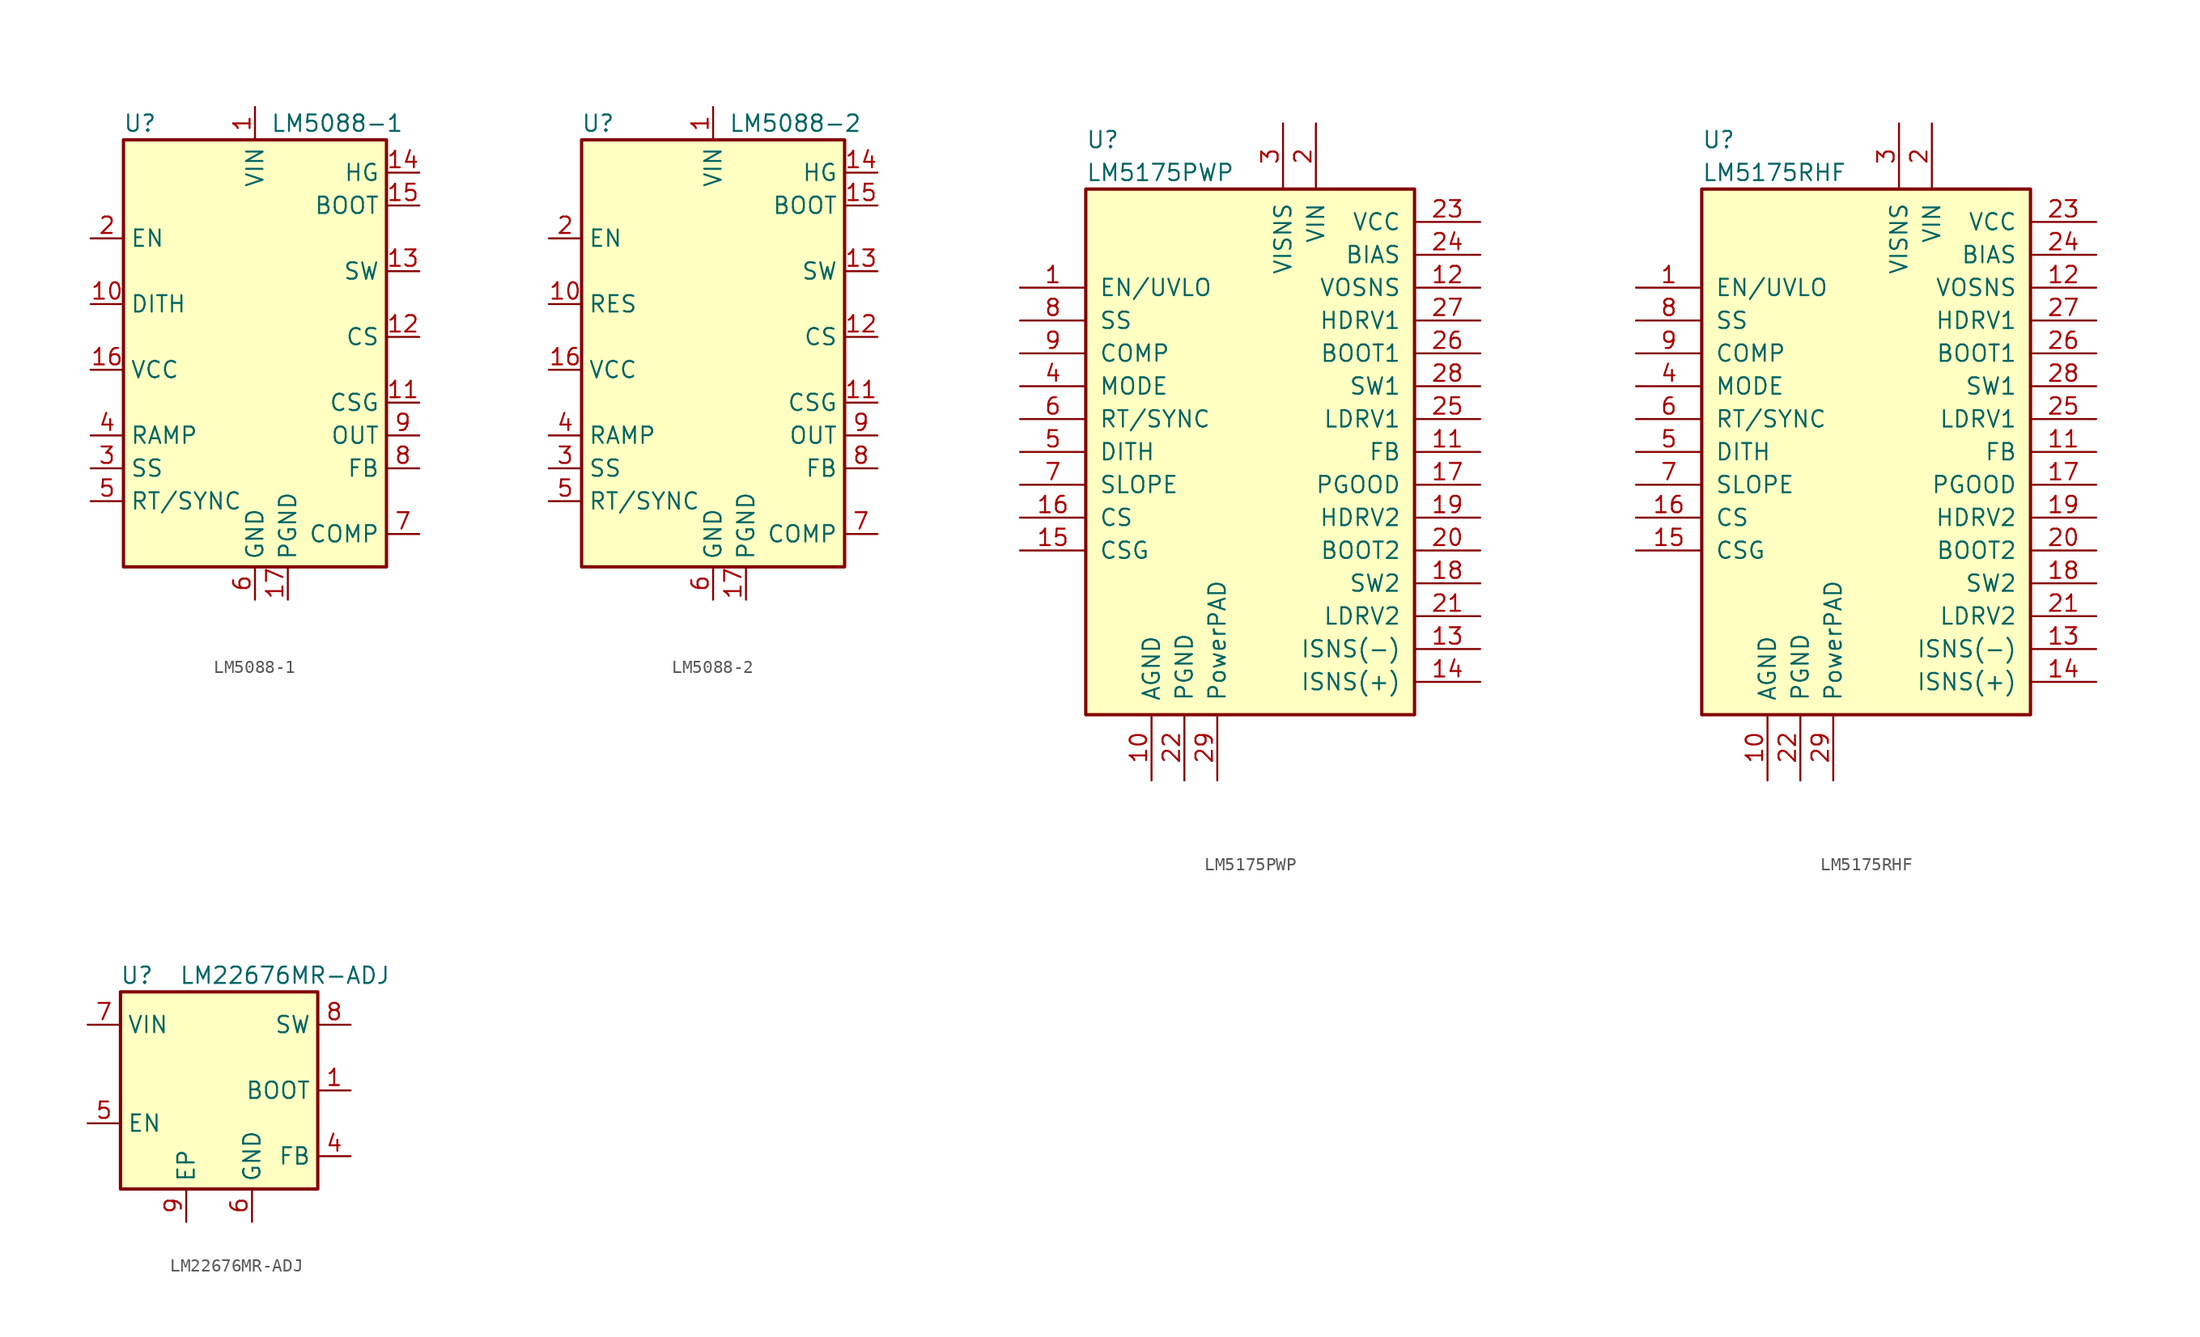
<source format=kicad_sym>
(kicad_symbol_lib
  (version 20201005)
  (generator kicad_symbol_editor)
  (symbol "LM5088-1"
    (property "Reference" "U"
      (at -8.89 16.51 0)
      (effects (font (size 1.27 1.27))))
    (property "Value" "LM5088-1"
      (at 6.35 16.51 0)
      (effects (font (size 1.27 1.27))))
    (symbol "LM5088-1_0_1"
      (rectangle (start -10.16 15.24) (end 10.16 -17.78) (stroke (width 0.254)) (fill (type background))))
    (symbol "LM5088-1_1_1"
      (pin power_in line (at 0 17.78 270) (length 2.54) (name "VIN" (effects (font (size 1.27 1.27)))) (number "1" (effects (font (size 1.27 1.27)))))
      (pin passive line (at -12.7 2.54 0) (length 2.54) (name "DITH" (effects (font (size 1.27 1.27)))) (number "10" (effects (font (size 1.27 1.27)))))
      (pin passive line (at 12.7 -5.08 180) (length 2.54) (name "CSG" (effects (font (size 1.27 1.27)))) (number "11" (effects (font (size 1.27 1.27)))))
      (pin input line (at 12.7 0 180) (length 2.54) (name "CS" (effects (font (size 1.27 1.27)))) (number "12" (effects (font (size 1.27 1.27)))))
      (pin output line (at 12.7 5.08 180) (length 2.54) (name "SW" (effects (font (size 1.27 1.27)))) (number "13" (effects (font (size 1.27 1.27)))))
      (pin output line (at 12.7 12.7 180) (length 2.54) (name "HG" (effects (font (size 1.27 1.27)))) (number "14" (effects (font (size 1.27 1.27)))))
      (pin passive line (at 12.7 10.16 180) (length 2.54) (name "BOOT" (effects (font (size 1.27 1.27)))) (number "15" (effects (font (size 1.27 1.27)))))
      (pin power_out line (at -12.7 -2.54 0) (length 2.54) (name "VCC" (effects (font (size 1.27 1.27)))) (number "16" (effects (font (size 1.27 1.27)))))
      (pin passive line (at 2.54 -20.32 90) (length 2.54) (name "PGND" (effects (font (size 1.27 1.27)))) (number "17" (effects (font (size 1.27 1.27)))))
      (pin input line (at -12.7 7.62 0) (length 2.54) (name "EN" (effects (font (size 1.27 1.27)))) (number "2" (effects (font (size 1.27 1.27)))))
      (pin input line (at -12.7 -10.16 0) (length 2.54) (name "SS" (effects (font (size 1.27 1.27)))) (number "3" (effects (font (size 1.27 1.27)))))
      (pin passive line (at -12.7 -7.62 0) (length 2.54) (name "RAMP" (effects (font (size 1.27 1.27)))) (number "4" (effects (font (size 1.27 1.27)))))
      (pin passive line (at -12.7 -12.7 0) (length 2.54) (name "RT/SYNC" (effects (font (size 1.27 1.27)))) (number "5" (effects (font (size 1.27 1.27)))))
      (pin power_in line (at 0 -20.32 90) (length 2.54) (name "GND" (effects (font (size 1.27 1.27)))) (number "6" (effects (font (size 1.27 1.27)))))
      (pin passive line (at 12.7 -15.24 180) (length 2.54) (name "COMP" (effects (font (size 1.27 1.27)))) (number "7" (effects (font (size 1.27 1.27)))))
      (pin input line (at 12.7 -10.16 180) (length 2.54) (name "FB" (effects (font (size 1.27 1.27)))) (number "8" (effects (font (size 1.27 1.27)))))
      (pin input line (at 12.7 -7.62 180) (length 2.54) (name "OUT" (effects (font (size 1.27 1.27)))) (number "9" (effects (font (size 1.27 1.27)))))))
  (symbol "LM5088-2"
    (property "Reference" "U"
      (at -8.89 16.51 0)
      (effects (font (size 1.27 1.27))))
    (property "Value" "LM5088-2"
      (at 6.35 16.51 0)
      (effects (font (size 1.27 1.27))))
    (symbol "LM5088-2_0_1"
      (rectangle (start -10.16 15.24) (end 10.16 -17.78) (stroke (width 0.254)) (fill (type background))))
    (symbol "LM5088-2_1_1"
      (pin power_in line (at 0 17.78 270) (length 2.54) (name "VIN" (effects (font (size 1.27 1.27)))) (number "1" (effects (font (size 1.27 1.27)))))
      (pin passive line (at -12.7 2.54 0) (length 2.54) (name "RES" (effects (font (size 1.27 1.27)))) (number "10" (effects (font (size 1.27 1.27)))))
      (pin passive line (at 12.7 -5.08 180) (length 2.54) (name "CSG" (effects (font (size 1.27 1.27)))) (number "11" (effects (font (size 1.27 1.27)))))
      (pin input line (at 12.7 0 180) (length 2.54) (name "CS" (effects (font (size 1.27 1.27)))) (number "12" (effects (font (size 1.27 1.27)))))
      (pin output line (at 12.7 5.08 180) (length 2.54) (name "SW" (effects (font (size 1.27 1.27)))) (number "13" (effects (font (size 1.27 1.27)))))
      (pin output line (at 12.7 12.7 180) (length 2.54) (name "HG" (effects (font (size 1.27 1.27)))) (number "14" (effects (font (size 1.27 1.27)))))
      (pin passive line (at 12.7 10.16 180) (length 2.54) (name "BOOT" (effects (font (size 1.27 1.27)))) (number "15" (effects (font (size 1.27 1.27)))))
      (pin power_out line (at -12.7 -2.54 0) (length 2.54) (name "VCC" (effects (font (size 1.27 1.27)))) (number "16" (effects (font (size 1.27 1.27)))))
      (pin passive line (at 2.54 -20.32 90) (length 2.54) (name "PGND" (effects (font (size 1.27 1.27)))) (number "17" (effects (font (size 1.27 1.27)))))
      (pin input line (at -12.7 7.62 0) (length 2.54) (name "EN" (effects (font (size 1.27 1.27)))) (number "2" (effects (font (size 1.27 1.27)))))
      (pin input line (at -12.7 -10.16 0) (length 2.54) (name "SS" (effects (font (size 1.27 1.27)))) (number "3" (effects (font (size 1.27 1.27)))))
      (pin passive line (at -12.7 -7.62 0) (length 2.54) (name "RAMP" (effects (font (size 1.27 1.27)))) (number "4" (effects (font (size 1.27 1.27)))))
      (pin passive line (at -12.7 -12.7 0) (length 2.54) (name "RT/SYNC" (effects (font (size 1.27 1.27)))) (number "5" (effects (font (size 1.27 1.27)))))
      (pin power_in line (at 0 -20.32 90) (length 2.54) (name "GND" (effects (font (size 1.27 1.27)))) (number "6" (effects (font (size 1.27 1.27)))))
      (pin passive line (at 12.7 -15.24 180) (length 2.54) (name "COMP" (effects (font (size 1.27 1.27)))) (number "7" (effects (font (size 1.27 1.27)))))
      (pin input line (at 12.7 -10.16 180) (length 2.54) (name "FB" (effects (font (size 1.27 1.27)))) (number "8" (effects (font (size 1.27 1.27)))))
      (pin input line (at 12.7 -7.62 180) (length 2.54) (name "OUT" (effects (font (size 1.27 1.27)))) (number "9" (effects (font (size 1.27 1.27)))))))
  (symbol "LM5175PWP"
    (pin_names
      (offset 1.016))
    (property "Reference" "U"
      (at -12.7 24.13 0)
      (effects (font (size 1.27 1.27)) (justify left)))
    (property "Value" "LM5175PWP"
      (at -12.7 21.59 0)
      (effects (font (size 1.27 1.27)) (justify left)))
    (symbol "LM5175PWP_0_1"
      (rectangle (start -12.7 20.32) (end 12.7 -20.32) (stroke (width 0.254)) (fill (type background))))
    (symbol "LM5175PWP_1_1"
      (pin input line (at -17.78 12.7 0) (length 5.08) (name "EN/UVLO" (effects (font (size 1.27 1.27)))) (number "1" (effects (font (size 1.27 1.27)))))
      (pin power_in line (at -7.62 -25.4 90) (length 5.08) (name "AGND" (effects (font (size 1.27 1.27)))) (number "10" (effects (font (size 1.27 1.27)))))
      (pin input line (at 17.78 0 180) (length 5.08) (name "FB" (effects (font (size 1.27 1.27)))) (number "11" (effects (font (size 1.27 1.27)))))
      (pin output line (at 17.78 12.7 180) (length 5.08) (name "VOSNS" (effects (font (size 1.27 1.27)))) (number "12" (effects (font (size 1.27 1.27)))))
      (pin input line (at 17.78 -15.24 180) (length 5.08) (name "ISNS(-)" (effects (font (size 1.27 1.27)))) (number "13" (effects (font (size 1.27 1.27)))))
      (pin input line (at 17.78 -17.78 180) (length 5.08) (name "ISNS(+)" (effects (font (size 1.27 1.27)))) (number "14" (effects (font (size 1.27 1.27)))))
      (pin input line (at -17.78 -7.62 0) (length 5.08) (name "CSG" (effects (font (size 1.27 1.27)))) (number "15" (effects (font (size 1.27 1.27)))))
      (pin input line (at -17.78 -5.08 0) (length 5.08) (name "CS" (effects (font (size 1.27 1.27)))) (number "16" (effects (font (size 1.27 1.27)))))
      (pin output line (at 17.78 -2.54 180) (length 5.08) (name "PGOOD" (effects (font (size 1.27 1.27)))) (number "17" (effects (font (size 1.27 1.27)))))
      (pin output line (at 17.78 -10.16 180) (length 5.08) (name "SW2" (effects (font (size 1.27 1.27)))) (number "18" (effects (font (size 1.27 1.27)))))
      (pin output line (at 17.78 -5.08 180) (length 5.08) (name "HDRV2" (effects (font (size 1.27 1.27)))) (number "19" (effects (font (size 1.27 1.27)))))
      (pin power_in line (at 5.08 25.4 270) (length 5.08) (name "VIN" (effects (font (size 1.27 1.27)))) (number "2" (effects (font (size 1.27 1.27)))))
      (pin passive line (at 17.78 -7.62 180) (length 5.08) (name "BOOT2" (effects (font (size 1.27 1.27)))) (number "20" (effects (font (size 1.27 1.27)))))
      (pin output line (at 17.78 -12.7 180) (length 5.08) (name "LDRV2" (effects (font (size 1.27 1.27)))) (number "21" (effects (font (size 1.27 1.27)))))
      (pin power_in line (at -5.08 -25.4 90) (length 5.08) (name "PGND" (effects (font (size 1.27 1.27)))) (number "22" (effects (font (size 1.27 1.27)))))
      (pin power_in line (at 17.78 17.78 180) (length 5.08) (name "VCC" (effects (font (size 1.27 1.27)))) (number "23" (effects (font (size 1.27 1.27)))))
      (pin input line (at 17.78 15.24 180) (length 5.08) (name "BIAS" (effects (font (size 1.27 1.27)))) (number "24" (effects (font (size 1.27 1.27)))))
      (pin output line (at 17.78 2.54 180) (length 5.08) (name "LDRV1" (effects (font (size 1.27 1.27)))) (number "25" (effects (font (size 1.27 1.27)))))
      (pin passive line (at 17.78 7.62 180) (length 5.08) (name "BOOT1" (effects (font (size 1.27 1.27)))) (number "26" (effects (font (size 1.27 1.27)))))
      (pin output line (at 17.78 10.16 180) (length 5.08) (name "HDRV1" (effects (font (size 1.27 1.27)))) (number "27" (effects (font (size 1.27 1.27)))))
      (pin output line (at 17.78 5.08 180) (length 5.08) (name "SW1" (effects (font (size 1.27 1.27)))) (number "28" (effects (font (size 1.27 1.27)))))
      (pin input line (at -2.54 -25.4 90) (length 5.08) (name "PowerPAD" (effects (font (size 1.27 1.27)))) (number "29" (effects (font (size 1.27 1.27)))))
      (pin input line (at 2.54 25.4 270) (length 5.08) (name "VISNS" (effects (font (size 1.27 1.27)))) (number "3" (effects (font (size 1.27 1.27)))))
      (pin input line (at -17.78 5.08 0) (length 5.08) (name "MODE" (effects (font (size 1.27 1.27)))) (number "4" (effects (font (size 1.27 1.27)))))
      (pin passive line (at -17.78 0 0) (length 5.08) (name "DITH" (effects (font (size 1.27 1.27)))) (number "5" (effects (font (size 1.27 1.27)))))
      (pin input line (at -17.78 2.54 0) (length 5.08) (name "RT/SYNC" (effects (font (size 1.27 1.27)))) (number "6" (effects (font (size 1.27 1.27)))))
      (pin passive line (at -17.78 -2.54 0) (length 5.08) (name "SLOPE" (effects (font (size 1.27 1.27)))) (number "7" (effects (font (size 1.27 1.27)))))
      (pin passive line (at -17.78 10.16 0) (length 5.08) (name "SS" (effects (font (size 1.27 1.27)))) (number "8" (effects (font (size 1.27 1.27)))))
      (pin passive line (at -17.78 7.62 0) (length 5.08) (name "COMP" (effects (font (size 1.27 1.27)))) (number "9" (effects (font (size 1.27 1.27)))))))
  (symbol "LM5175RHF"
    (pin_names
      (offset 1.016))
    (property "Reference" "U"
      (at -12.7 24.13 0)
      (effects (font (size 1.27 1.27)) (justify left)))
    (property "Value" "LM5175RHF"
      (at -12.7 21.59 0)
      (effects (font (size 1.27 1.27)) (justify left)))
    (symbol "LM5175RHF_0_1"
      (rectangle (start -12.7 20.32) (end 12.7 -20.32) (stroke (width 0.254)) (fill (type background))))
    (symbol "LM5175RHF_1_1"
      (pin input line (at -17.78 12.7 0) (length 5.08) (name "EN/UVLO" (effects (font (size 1.27 1.27)))) (number "1" (effects (font (size 1.27 1.27)))))
      (pin power_in line (at -7.62 -25.4 90) (length 5.08) (name "AGND" (effects (font (size 1.27 1.27)))) (number "10" (effects (font (size 1.27 1.27)))))
      (pin input line (at 17.78 0 180) (length 5.08) (name "FB" (effects (font (size 1.27 1.27)))) (number "11" (effects (font (size 1.27 1.27)))))
      (pin output line (at 17.78 12.7 180) (length 5.08) (name "VOSNS" (effects (font (size 1.27 1.27)))) (number "12" (effects (font (size 1.27 1.27)))))
      (pin input line (at 17.78 -15.24 180) (length 5.08) (name "ISNS(-)" (effects (font (size 1.27 1.27)))) (number "13" (effects (font (size 1.27 1.27)))))
      (pin input line (at 17.78 -17.78 180) (length 5.08) (name "ISNS(+)" (effects (font (size 1.27 1.27)))) (number "14" (effects (font (size 1.27 1.27)))))
      (pin input line (at -17.78 -7.62 0) (length 5.08) (name "CSG" (effects (font (size 1.27 1.27)))) (number "15" (effects (font (size 1.27 1.27)))))
      (pin input line (at -17.78 -5.08 0) (length 5.08) (name "CS" (effects (font (size 1.27 1.27)))) (number "16" (effects (font (size 1.27 1.27)))))
      (pin output line (at 17.78 -2.54 180) (length 5.08) (name "PGOOD" (effects (font (size 1.27 1.27)))) (number "17" (effects (font (size 1.27 1.27)))))
      (pin output line (at 17.78 -10.16 180) (length 5.08) (name "SW2" (effects (font (size 1.27 1.27)))) (number "18" (effects (font (size 1.27 1.27)))))
      (pin output line (at 17.78 -5.08 180) (length 5.08) (name "HDRV2" (effects (font (size 1.27 1.27)))) (number "19" (effects (font (size 1.27 1.27)))))
      (pin power_in line (at 5.08 25.4 270) (length 5.08) (name "VIN" (effects (font (size 1.27 1.27)))) (number "2" (effects (font (size 1.27 1.27)))))
      (pin passive line (at 17.78 -7.62 180) (length 5.08) (name "BOOT2" (effects (font (size 1.27 1.27)))) (number "20" (effects (font (size 1.27 1.27)))))
      (pin output line (at 17.78 -12.7 180) (length 5.08) (name "LDRV2" (effects (font (size 1.27 1.27)))) (number "21" (effects (font (size 1.27 1.27)))))
      (pin power_in line (at -5.08 -25.4 90) (length 5.08) (name "PGND" (effects (font (size 1.27 1.27)))) (number "22" (effects (font (size 1.27 1.27)))))
      (pin power_in line (at 17.78 17.78 180) (length 5.08) (name "VCC" (effects (font (size 1.27 1.27)))) (number "23" (effects (font (size 1.27 1.27)))))
      (pin input line (at 17.78 15.24 180) (length 5.08) (name "BIAS" (effects (font (size 1.27 1.27)))) (number "24" (effects (font (size 1.27 1.27)))))
      (pin output line (at 17.78 2.54 180) (length 5.08) (name "LDRV1" (effects (font (size 1.27 1.27)))) (number "25" (effects (font (size 1.27 1.27)))))
      (pin passive line (at 17.78 7.62 180) (length 5.08) (name "BOOT1" (effects (font (size 1.27 1.27)))) (number "26" (effects (font (size 1.27 1.27)))))
      (pin output line (at 17.78 10.16 180) (length 5.08) (name "HDRV1" (effects (font (size 1.27 1.27)))) (number "27" (effects (font (size 1.27 1.27)))))
      (pin output line (at 17.78 5.08 180) (length 5.08) (name "SW1" (effects (font (size 1.27 1.27)))) (number "28" (effects (font (size 1.27 1.27)))))
      (pin input line (at -2.54 -25.4 90) (length 5.08) (name "PowerPAD" (effects (font (size 1.27 1.27)))) (number "29" (effects (font (size 1.27 1.27)))))
      (pin input line (at 2.54 25.4 270) (length 5.08) (name "VISNS" (effects (font (size 1.27 1.27)))) (number "3" (effects (font (size 1.27 1.27)))))
      (pin input line (at -17.78 5.08 0) (length 5.08) (name "MODE" (effects (font (size 1.27 1.27)))) (number "4" (effects (font (size 1.27 1.27)))))
      (pin passive line (at -17.78 0 0) (length 5.08) (name "DITH" (effects (font (size 1.27 1.27)))) (number "5" (effects (font (size 1.27 1.27)))))
      (pin input line (at -17.78 2.54 0) (length 5.08) (name "RT/SYNC" (effects (font (size 1.27 1.27)))) (number "6" (effects (font (size 1.27 1.27)))))
      (pin passive line (at -17.78 -2.54 0) (length 5.08) (name "SLOPE" (effects (font (size 1.27 1.27)))) (number "7" (effects (font (size 1.27 1.27)))))
      (pin passive line (at -17.78 10.16 0) (length 5.08) (name "SS" (effects (font (size 1.27 1.27)))) (number "8" (effects (font (size 1.27 1.27)))))
      (pin passive line (at -17.78 7.62 0) (length 5.08) (name "COMP" (effects (font (size 1.27 1.27)))) (number "9" (effects (font (size 1.27 1.27)))))))
  (symbol "LM22676MR-ADJ"
    (property "Reference" "U"
      (at -6.35 8.89 0)
      (effects (font (size 1.27 1.27))))
    (property "Value" "LM22676MR-ADJ"
      (at 5.08 8.89 0)
      (effects (font (size 1.27 1.27))))
    (symbol "LM22676MR-ADJ_0_1"
      (rectangle (start -7.62 7.62) (end 7.62 -7.62) (stroke (width 0.254)) (fill (type background))))
    (symbol "LM22676MR-ADJ_1_1"
      (pin input line (at 10.16 0 180) (length 2.54) (name "BOOT" (effects (font (size 1.27 1.27)))) (number "1" (effects (font (size 1.27 1.27)))))
      (pin no_connect line (at -7.62 2.54 0) (length 2.54) hide (name "NC" (effects (font (size 1.27 1.27)))) (number "2" (effects (font (size 1.27 1.27)))))
      (pin no_connect line (at -7.62 0 0) (length 2.54) hide (name "NC" (effects (font (size 1.27 1.27)))) (number "3" (effects (font (size 1.27 1.27)))))
      (pin input line (at 10.16 -5.08 180) (length 2.54) (name "FB" (effects (font (size 1.27 1.27)))) (number "4" (effects (font (size 1.27 1.27)))))
      (pin input line (at -10.16 -2.54 0) (length 2.54) (name "EN" (effects (font (size 1.27 1.27)))) (number "5" (effects (font (size 1.27 1.27)))))
      (pin power_in line (at 2.54 -10.16 90) (length 2.54) (name "GND" (effects (font (size 1.27 1.27)))) (number "6" (effects (font (size 1.27 1.27)))))
      (pin power_in line (at -10.16 5.08 0) (length 2.54) (name "VIN" (effects (font (size 1.27 1.27)))) (number "7" (effects (font (size 1.27 1.27)))))
      (pin power_out line (at 10.16 5.08 180) (length 2.54) (name "SW" (effects (font (size 1.27 1.27)))) (number "8" (effects (font (size 1.27 1.27)))))
      (pin power_in line (at -2.54 -10.16 90) (length 2.54) (name "EP" (effects (font (size 1.27 1.27)))) (number "9" (effects (font (size 1.27 1.27))))))))
</source>
